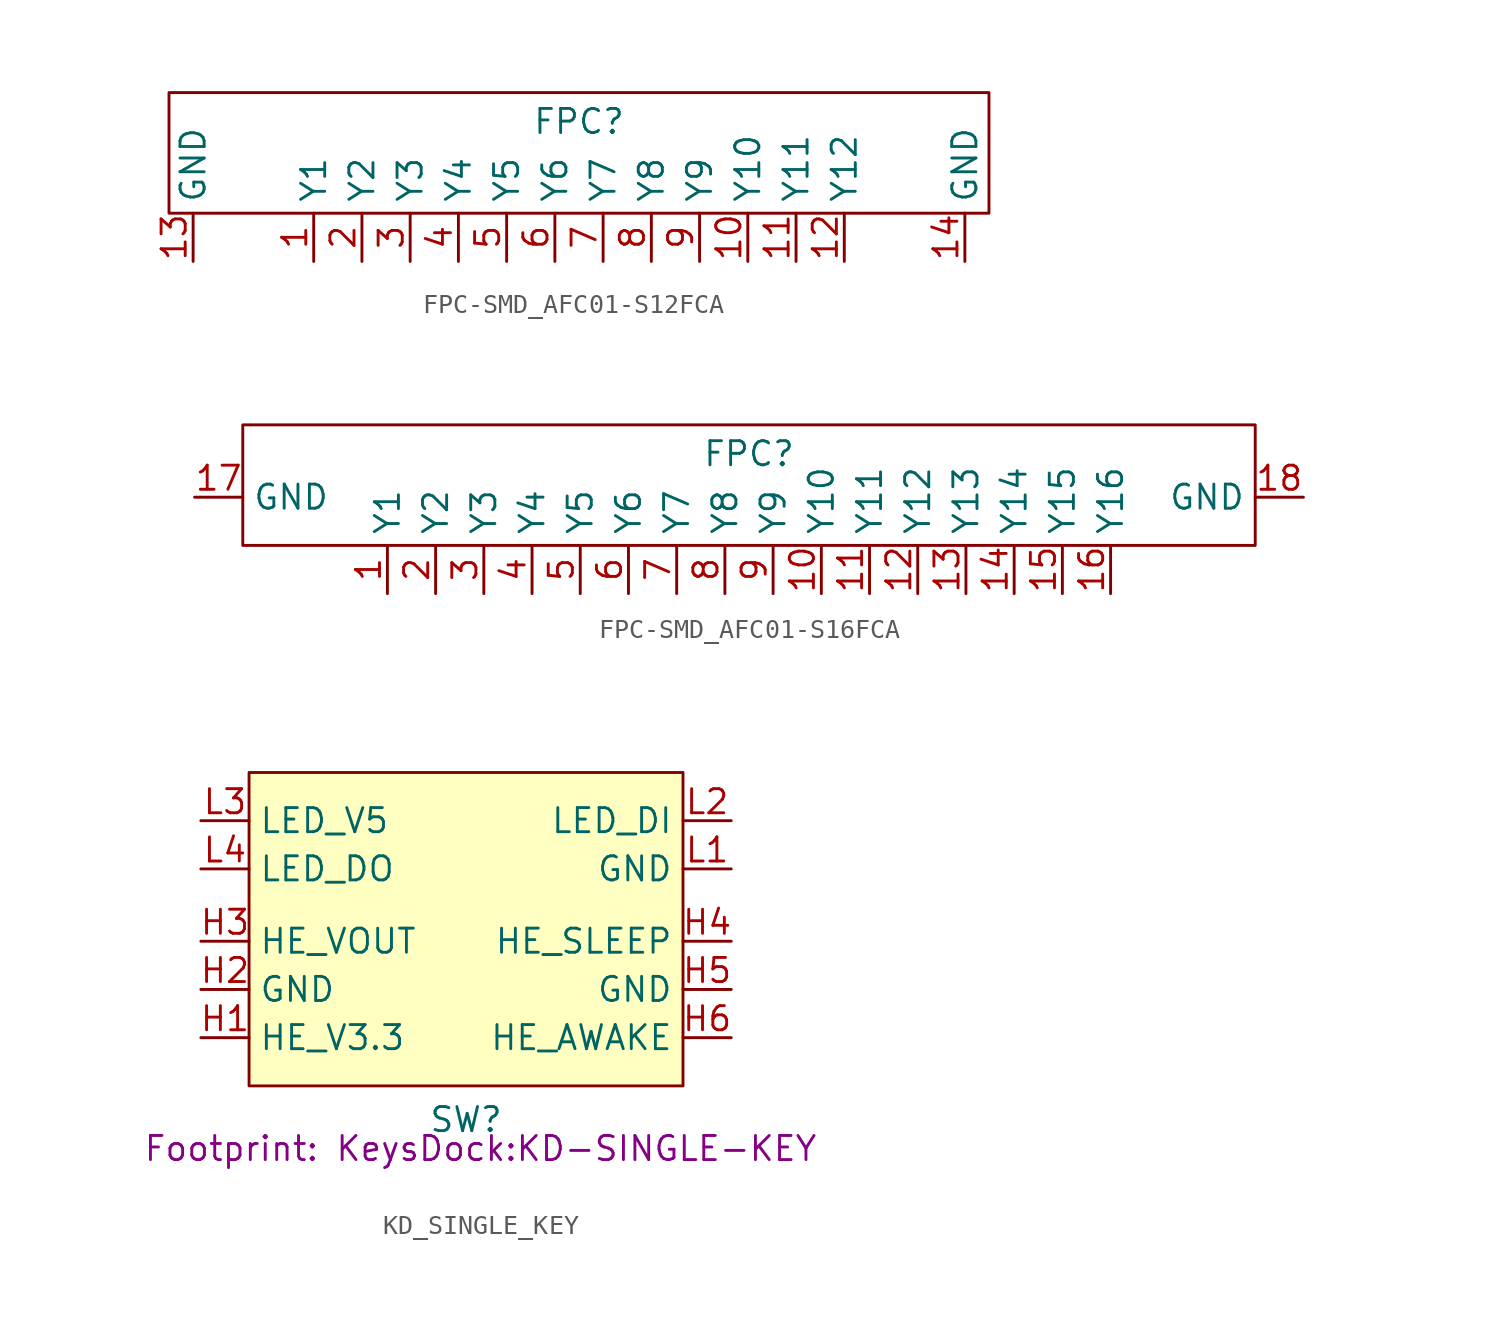
<source format=kicad_sym>
(kicad_symbol_lib
  (version 20241209)
  (generator "kicad_symbol_editor")
  (generator_version "9.0")
  (symbol "FPC-SMD_AFC01-S12FCA"
    (property "Reference" "FPC"
      (at 0 1.016 0)
      (effects (font (size 1.27 1.27))))
    (property "Value" ""
      (at 0 0 0)
      (effects (font (size 1.27 1.27))))
    (symbol "FPC-SMD_AFC01-S12FCA_0_1"
      (rectangle (start -21.59 2.54) (end 21.59 -3.81) (stroke (width 0) (type default)) (fill (type none))))
    (symbol "FPC-SMD_AFC01-S12FCA_1_1"
      (pin power_in line (at -20.32 -6.35 90) (length 2.54) (name "GND" (effects (font (size 1.27 1.27)))) (number "13" (effects (font (size 1.27 1.27)))))
      (pin free line (at -13.97 -6.35 90) (length 2.54) (name "Y1" (effects (font (size 1.27 1.27)))) (number "1" (effects (font (size 1.27 1.27)))))
      (pin free line (at -11.43 -6.35 90) (length 2.54) (name "Y2" (effects (font (size 1.27 1.27)))) (number "2" (effects (font (size 1.27 1.27)))))
      (pin free line (at -8.89 -6.35 90) (length 2.54) (name "Y3" (effects (font (size 1.27 1.27)))) (number "3" (effects (font (size 1.27 1.27)))))
      (pin free line (at -6.35 -6.35 90) (length 2.54) (name "Y4" (effects (font (size 1.27 1.27)))) (number "4" (effects (font (size 1.27 1.27)))))
      (pin free line (at -3.81 -6.35 90) (length 2.54) (name "Y5" (effects (font (size 1.27 1.27)))) (number "5" (effects (font (size 1.27 1.27)))))
      (pin free line (at -1.27 -6.35 90) (length 2.54) (name "Y6" (effects (font (size 1.27 1.27)))) (number "6" (effects (font (size 1.27 1.27)))))
      (pin free line (at 1.27 -6.35 90) (length 2.54) (name "Y7" (effects (font (size 1.27 1.27)))) (number "7" (effects (font (size 1.27 1.27)))))
      (pin free line (at 3.81 -6.35 90) (length 2.54) (name "Y8" (effects (font (size 1.27 1.27)))) (number "8" (effects (font (size 1.27 1.27)))))
      (pin free line (at 6.35 -6.35 90) (length 2.54) (name "Y9" (effects (font (size 1.27 1.27)))) (number "9" (effects (font (size 1.27 1.27)))))
      (pin free line (at 8.89 -6.35 90) (length 2.54) (name "Y10" (effects (font (size 1.27 1.27)))) (number "10" (effects (font (size 1.27 1.27)))))
      (pin free line (at 11.43 -6.35 90) (length 2.54) (name "Y11" (effects (font (size 1.27 1.27)))) (number "11" (effects (font (size 1.27 1.27)))))
      (pin free line (at 13.97 -6.35 90) (length 2.54) (name "Y12" (effects (font (size 1.27 1.27)))) (number "12" (effects (font (size 1.27 1.27)))))
      (pin power_in line (at 20.32 -6.35 90) (length 2.54) (name "GND" (effects (font (size 1.27 1.27)))) (number "14" (effects (font (size 1.27 1.27)))))))
  (symbol "FPC-SMD_AFC01-S16FCA"
    (property "Reference" "FPC"
      (at 0 1.016 0)
      (effects (font (size 1.27 1.27))))
    (property "Value" ""
      (at 0 0 0)
      (effects (font (size 1.27 1.27))))
    (symbol "FPC-SMD_AFC01-S16FCA_0_1"
      (rectangle (start -26.67 2.54) (end 26.67 -3.81) (stroke (width 0) (type default)) (fill (type none))))
    (symbol "FPC-SMD_AFC01-S16FCA_1_1"
      (pin power_in line (at -29.21 -1.27 0) (length 2.54) (name "GND" (effects (font (size 1.27 1.27)))) (number "17" (effects (font (size 1.27 1.27)))))
      (pin free line (at -19.05 -6.35 90) (length 2.54) (name "Y1" (effects (font (size 1.27 1.27)))) (number "1" (effects (font (size 1.27 1.27)))))
      (pin free line (at -16.51 -6.35 90) (length 2.54) (name "Y2" (effects (font (size 1.27 1.27)))) (number "2" (effects (font (size 1.27 1.27)))))
      (pin free line (at -13.97 -6.35 90) (length 2.54) (name "Y3" (effects (font (size 1.27 1.27)))) (number "3" (effects (font (size 1.27 1.27)))))
      (pin free line (at -11.43 -6.35 90) (length 2.54) (name "Y4" (effects (font (size 1.27 1.27)))) (number "4" (effects (font (size 1.27 1.27)))))
      (pin free line (at -8.89 -6.35 90) (length 2.54) (name "Y5" (effects (font (size 1.27 1.27)))) (number "5" (effects (font (size 1.27 1.27)))))
      (pin free line (at -6.35 -6.35 90) (length 2.54) (name "Y6" (effects (font (size 1.27 1.27)))) (number "6" (effects (font (size 1.27 1.27)))))
      (pin free line (at -3.81 -6.35 90) (length 2.54) (name "Y7" (effects (font (size 1.27 1.27)))) (number "7" (effects (font (size 1.27 1.27)))))
      (pin free line (at -1.27 -6.35 90) (length 2.54) (name "Y8" (effects (font (size 1.27 1.27)))) (number "8" (effects (font (size 1.27 1.27)))))
      (pin free line (at 1.27 -6.35 90) (length 2.54) (name "Y9" (effects (font (size 1.27 1.27)))) (number "9" (effects (font (size 1.27 1.27)))))
      (pin free line (at 3.81 -6.35 90) (length 2.54) (name "Y10" (effects (font (size 1.27 1.27)))) (number "10" (effects (font (size 1.27 1.27)))))
      (pin free line (at 6.35 -6.35 90) (length 2.54) (name "Y11" (effects (font (size 1.27 1.27)))) (number "11" (effects (font (size 1.27 1.27)))))
      (pin free line (at 8.89 -6.35 90) (length 2.54) (name "Y12" (effects (font (size 1.27 1.27)))) (number "12" (effects (font (size 1.27 1.27)))))
      (pin free line (at 11.43 -6.35 90) (length 2.54) (name "Y13" (effects (font (size 1.27 1.27)))) (number "13" (effects (font (size 1.27 1.27)))))
      (pin free line (at 13.97 -6.35 90) (length 2.54) (name "Y14" (effects (font (size 1.27 1.27)))) (number "14" (effects (font (size 1.27 1.27)))))
      (pin free line (at 16.51 -6.35 90) (length 2.54) (name "Y15" (effects (font (size 1.27 1.27)))) (number "15" (effects (font (size 1.27 1.27)))))
      (pin free line (at 19.05 -6.35 90) (length 2.54) (name "Y16" (effects (font (size 1.27 1.27)))) (number "16" (effects (font (size 1.27 1.27)))))
      (pin power_in line (at 29.21 -1.27 180) (length 2.54) (name "GND" (effects (font (size 1.27 1.27)))) (number "18" (effects (font (size 1.27 1.27)))))))
  (symbol "KD_SINGLE_KEY"
    (property "Reference" "SW"
      (at 0 -9.398 0)
      (effects (font (size 1.27 1.27))))
    (property "Value" ""
      (at 0 0 0)
      (effects (font (size 1.27 1.27))))
    (property "Footprint" "KeysDock:KD-SINGLE-KEY"
      (at 0.762 -10.922 0)
      (show_name)
      (effects (font (size 1.27 1.27))))
    (symbol "KD_SINGLE_KEY_1_1"
      (rectangle (start -11.43 8.89) (end 11.43 -7.62) (stroke (width 0) (type solid)) (fill (type background)))
      (pin power_in line (at -13.97 6.35 0) (length 2.54) (name "LED_V5" (effects (font (size 1.27 1.27)))) (number "L3" (effects (font (size 1.27 1.27)))))
      (pin output line (at -13.97 3.81 0) (length 2.54) (name "LED_DO" (effects (font (size 1.27 1.27)))) (number "L4" (effects (font (size 1.27 1.27)))))
      (pin output line (at -13.97 0 0) (length 2.54) (name "HE_VOUT" (effects (font (size 1.27 1.27)))) (number "H3" (effects (font (size 1.27 1.27)))))
      (pin power_in line (at -13.97 -2.54 0) (length 2.54) (name "GND" (effects (font (size 1.27 1.27)))) (number "H2" (effects (font (size 1.27 1.27)))))
      (pin power_in line (at -13.97 -5.08 0) (length 2.54) (name "HE_V3.3" (effects (font (size 1.27 1.27)))) (number "H1" (effects (font (size 1.27 1.27)))))
      (pin input line (at 13.97 6.35 180) (length 2.54) (name "LED_DI" (effects (font (size 1.27 1.27)))) (number "L2" (effects (font (size 1.27 1.27)))))
      (pin power_in line (at 13.97 3.81 180) (length 2.54) (name "GND" (effects (font (size 1.27 1.27)))) (number "L1" (effects (font (size 1.27 1.27)))))
      (pin input line (at 13.97 0 180) (length 2.54) (name "HE_SLEEP" (effects (font (size 1.27 1.27)))) (number "H4" (effects (font (size 1.27 1.27)))))
      (pin power_in line (at 13.97 -2.54 180) (length 2.54) (name "GND" (effects (font (size 1.27 1.27)))) (number "H5" (effects (font (size 1.27 1.27)))))
      (pin output line (at 13.97 -5.08 180) (length 2.54) (name "HE_AWAKE" (effects (font (size 1.27 1.27)))) (number "H6" (effects (font (size 1.27 1.27))))))))
</source>
